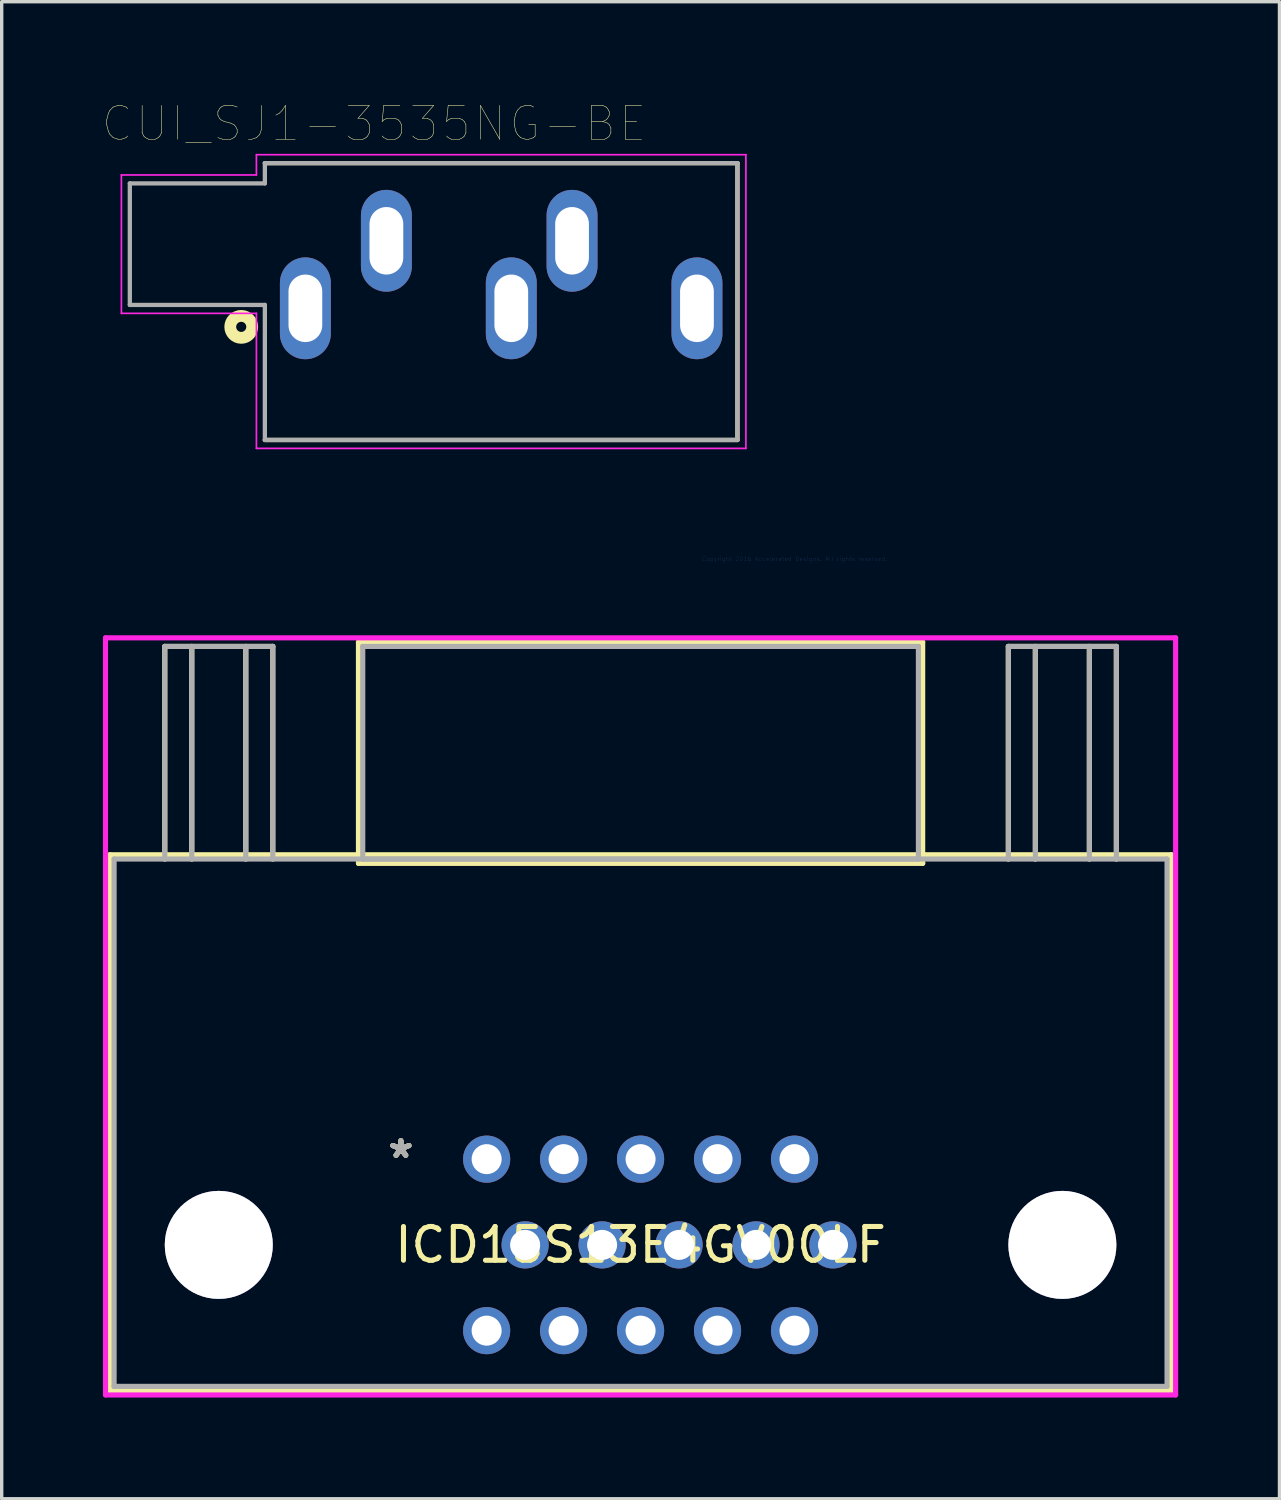
<source format=kicad_pcb>
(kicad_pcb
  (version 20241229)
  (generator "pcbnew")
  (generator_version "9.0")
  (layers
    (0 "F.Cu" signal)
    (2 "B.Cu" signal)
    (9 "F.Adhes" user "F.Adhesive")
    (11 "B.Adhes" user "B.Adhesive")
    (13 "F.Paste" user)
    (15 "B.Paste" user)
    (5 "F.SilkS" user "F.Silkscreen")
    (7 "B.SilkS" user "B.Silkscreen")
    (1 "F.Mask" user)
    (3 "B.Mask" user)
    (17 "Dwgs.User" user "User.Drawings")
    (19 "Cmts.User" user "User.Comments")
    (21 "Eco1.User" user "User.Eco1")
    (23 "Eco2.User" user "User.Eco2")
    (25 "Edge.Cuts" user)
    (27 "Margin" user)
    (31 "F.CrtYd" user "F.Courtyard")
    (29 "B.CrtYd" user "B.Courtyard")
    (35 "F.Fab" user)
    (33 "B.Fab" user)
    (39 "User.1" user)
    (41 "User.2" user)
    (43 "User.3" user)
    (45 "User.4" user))
  (footprint "CUI_SJ1-3535NG-BE"
    (layer "F.Cu")
    (at 5.996 6.083)
    (property "Reference" "CUI_SJ1-3535NG-BE" (at 2.036 -5.471 0) (layer "F.SilkS") (effects (font (size 1.002 1.002) (thickness 0.015))))
    (attr through_hole)
    (fp_line (start -1.2 -4.3) (end 12.8 -4.3) (stroke (width 0.127) (type solid)) (layer "F.SilkS"))
    (fp_line (start 12.8 -4.3) (end 12.8 3.9) (stroke (width 0.127) (type solid)) (layer "F.SilkS"))
    (fp_line (start 12.8 3.9) (end -1.2 3.9) (stroke (width 0.127) (type solid)) (layer "F.SilkS"))
    (fp_circle (center -1.9 0.55) (end -1.75 0.55) (stroke (width 0.35) (type solid)) (fill no) (layer "F.SilkS"))
    (fp_line (start -5.45 -3.95) (end -1.45 -3.95) (stroke (width 0.05) (type solid)) (layer "F.CrtYd"))
    (fp_line (start -5.45 0.15) (end -5.45 -3.95) (stroke (width 0.05) (type solid)) (layer "F.CrtYd"))
    (fp_line (start -1.45 -4.55) (end 13.05 -4.55) (stroke (width 0.05) (type solid)) (layer "F.CrtYd"))
    (fp_line (start -1.45 -3.95) (end -1.45 -4.55) (stroke (width 0.05) (type solid)) (layer "F.CrtYd"))
    (fp_line (start -1.45 0.15) (end -5.45 0.15) (stroke (width 0.05) (type solid)) (layer "F.CrtYd"))
    (fp_line (start -1.45 4.15) (end -1.45 0.15) (stroke (width 0.05) (type solid)) (layer "F.CrtYd"))
    (fp_line (start 13.05 -4.55) (end 13.05 4.15) (stroke (width 0.05) (type solid)) (layer "F.CrtYd"))
    (fp_line (start 13.05 4.15) (end -1.45 4.15) (stroke (width 0.05) (type solid)) (layer "F.CrtYd"))
    (fp_line (start -5.2 -3.7) (end -1.2 -3.7) (stroke (width 0.127) (type solid)) (layer "F.Fab"))
    (fp_line (start -5.2 -0.1) (end -5.2 -3.7) (stroke (width 0.127) (type solid)) (layer "F.Fab"))
    (fp_line (start -1.2 -4.3) (end 12.8 -4.3) (stroke (width 0.127) (type solid)) (layer "F.Fab"))
    (fp_line (start -1.2 -3.7) (end -1.2 -4.3) (stroke (width 0.127) (type solid)) (layer "F.Fab"))
    (fp_line (start -1.2 -0.1) (end -5.2 -0.1) (stroke (width 0.127) (type solid)) (layer "F.Fab"))
    (fp_line (start -1.2 3.9) (end -1.2 -0.1) (stroke (width 0.127) (type solid)) (layer "F.Fab"))
    (fp_line (start 12.8 -4.3) (end 12.8 3.9) (stroke (width 0.127) (type solid)) (layer "F.Fab"))
    (fp_line (start 12.8 3.9) (end -1.2 3.9) (stroke (width 0.127) (type solid)) (layer "F.Fab"))
    (pad "1" thru_hole oval (at 0 0) (size 1.508 3.016) (drill oval 1 2) (layers "*.Cu" "*.Mask"))
    (pad "2" thru_hole oval (at 2.4 -2) (size 1.508 3.016) (drill oval 1 2) (layers "*.Cu" "*.Mask"))
    (pad "3" thru_hole oval (at 7.9 -2) (size 1.508 3.016) (drill oval 1 2) (layers "*.Cu" "*.Mask"))
    (pad "4" thru_hole oval (at 11.6 0) (size 1.508 3.016) (drill oval 1 2) (layers "*.Cu" "*.Mask"))
    (pad "5" thru_hole oval (at 6.1 0) (size 1.508 3.016) (drill oval 1 2) (layers "*.Cu" "*.Mask")))
  (footprint "ICD15S13E4GV00LF"
    (layer "F.Cu")
    (at 20.486 13.508)
    (property "Reference" "ICD15S13E4GV00LF" (at -4.56 20.32 0) (layer "F.SilkS") (effects (font (size 1 1) (thickness 0.15))))
    (attr through_hole)
    (fp_line (start -20.283 8.763) (end -20.283 24.638) (stroke (width 0.152) (type solid)) (layer "F.SilkS"))
    (fp_line (start -20.283 24.638) (end 11.163 24.638) (stroke (width 0.152) (type solid)) (layer "F.SilkS"))
    (fp_line (start -18.655 2.591) (end -15.455 2.591) (stroke (width 0.152) (type solid)) (layer "F.SilkS"))
    (fp_line (start -18.655 8.89) (end -18.655 2.591) (stroke (width 0.152) (type solid)) (layer "F.SilkS"))
    (fp_line (start -17.855 8.89) (end -17.855 2.591) (stroke (width 0.152) (type solid)) (layer "F.SilkS"))
    (fp_line (start -16.255 2.591) (end -16.255 8.89) (stroke (width 0.152) (type solid)) (layer "F.SilkS"))
    (fp_line (start -15.455 2.591) (end -15.455 8.89) (stroke (width 0.152) (type solid)) (layer "F.SilkS"))
    (fp_line (start -12.917 2.464) (end -12.917 9.017) (stroke (width 0.152) (type solid)) (layer "F.SilkS"))
    (fp_line (start -12.917 9.017) (end 3.797 9.017) (stroke (width 0.152) (type solid)) (layer "F.SilkS"))
    (fp_line (start 3.797 2.464) (end -12.917 2.464) (stroke (width 0.152) (type solid)) (layer "F.SilkS"))
    (fp_line (start 3.797 9.017) (end 3.797 2.464) (stroke (width 0.152) (type solid)) (layer "F.SilkS"))
    (fp_line (start 6.335 2.591) (end 9.535 2.591) (stroke (width 0.152) (type solid)) (layer "F.SilkS"))
    (fp_line (start 6.335 8.89) (end 6.335 2.591) (stroke (width 0.152) (type solid)) (layer "F.SilkS"))
    (fp_line (start 7.135 8.89) (end 7.135 2.591) (stroke (width 0.152) (type solid)) (layer "F.SilkS"))
    (fp_line (start 8.735 2.591) (end 8.735 8.89) (stroke (width 0.152) (type solid)) (layer "F.SilkS"))
    (fp_line (start 9.535 2.591) (end 9.535 8.89) (stroke (width 0.152) (type solid)) (layer "F.SilkS"))
    (fp_line (start 11.163 8.763) (end -20.283 8.763) (stroke (width 0.152) (type solid)) (layer "F.SilkS"))
    (fp_line (start 11.163 24.638) (end 11.163 8.763) (stroke (width 0.152) (type solid)) (layer "F.SilkS"))
    (fp_line (start -20.41 2.337) (end -20.41 24.765) (stroke (width 0.152) (type solid)) (layer "F.CrtYd"))
    (fp_line (start -20.41 24.765) (end 11.29 24.765) (stroke (width 0.152) (type solid)) (layer "F.CrtYd"))
    (fp_line (start 11.29 2.337) (end -20.41 2.337) (stroke (width 0.152) (type solid)) (layer "F.CrtYd"))
    (fp_line (start 11.29 24.765) (end 11.29 2.337) (stroke (width 0.152) (type solid)) (layer "F.CrtYd"))
    (fp_line (start -20.156 8.89) (end -20.156 24.511) (stroke (width 0.152) (type solid)) (layer "F.Fab"))
    (fp_line (start -20.156 24.511) (end 11.036 24.511) (stroke (width 0.152) (type solid)) (layer "F.Fab"))
    (fp_line (start -18.655 2.591) (end -15.455 2.591) (stroke (width 0.152) (type solid)) (layer "F.Fab"))
    (fp_line (start -18.655 8.89) (end -18.655 2.591) (stroke (width 0.152) (type solid)) (layer "F.Fab"))
    (fp_line (start -17.855 8.89) (end -17.855 2.591) (stroke (width 0.152) (type solid)) (layer "F.Fab"))
    (fp_line (start -16.255 2.591) (end -16.255 8.89) (stroke (width 0.152) (type solid)) (layer "F.Fab"))
    (fp_line (start -15.455 2.591) (end -15.455 8.89) (stroke (width 0.152) (type solid)) (layer "F.Fab"))
    (fp_line (start -12.79 2.591) (end -12.79 8.89) (stroke (width 0.152) (type solid)) (layer "F.Fab"))
    (fp_line (start -12.79 8.89) (end 3.67 8.89) (stroke (width 0.152) (type solid)) (layer "F.Fab"))
    (fp_line (start 3.67 2.591) (end -12.79 2.591) (stroke (width 0.152) (type solid)) (layer "F.Fab"))
    (fp_line (start 3.67 8.89) (end 3.67 2.591) (stroke (width 0.152) (type solid)) (layer "F.Fab"))
    (fp_line (start 6.335 2.591) (end 9.535 2.591) (stroke (width 0.152) (type solid)) (layer "F.Fab"))
    (fp_line (start 6.335 8.89) (end 6.335 2.591) (stroke (width 0.152) (type solid)) (layer "F.Fab"))
    (fp_line (start 7.135 8.89) (end 7.135 2.591) (stroke (width 0.152) (type solid)) (layer "F.Fab"))
    (fp_line (start 8.735 2.591) (end 8.735 8.89) (stroke (width 0.152) (type solid)) (layer "F.Fab"))
    (fp_line (start 9.535 2.591) (end 9.535 8.89) (stroke (width 0.152) (type solid)) (layer "F.Fab"))
    (fp_line (start 11.036 8.89) (end -20.156 8.89) (stroke (width 0.152) (type solid)) (layer "F.Fab"))
    (fp_line (start 11.036 24.511) (end 11.036 8.89) (stroke (width 0.152) (type solid)) (layer "F.Fab"))
    (fp_text user "*" (at -11.66 17.78 0) (layer "F.SilkS") (effects (font (size 1 1) (thickness 0.15))))
    (fp_text user "*" (at -11.66 17.78 0) (layer "F.SilkS") (effects (font (size 1 1) (thickness 0.15))))
    (fp_text user "Copyright 2016 Accelerated Designs. All rights reserved." (at 0 0 0) (layer "Cmts.User") (effects (font (size 0.127 0.127) (thickness 0.002))))
    (fp_text user "*" (at -11.66 17.78 0) (layer "F.Fab") (effects (font (size 1 1) (thickness 0.15))))
    (fp_text user "*" (at -11.66 17.78 0) (layer "F.Fab") (effects (font (size 1 1) (thickness 0.15))))
    (pad "1" thru_hole circle (at -0.000003 17.78) (size 1.397 1.397) (drill 0.889) (layers "*.Cu" "*.Mask"))
    (pad "2" thru_hole circle (at -2.28 17.78) (size 1.397 1.397) (drill 0.889) (layers "*.Cu" "*.Mask"))
    (pad "3" thru_hole circle (at -4.56 17.78) (size 1.397 1.397) (drill 0.889) (layers "*.Cu" "*.Mask"))
    (pad "4" thru_hole circle (at -6.84 17.78) (size 1.397 1.397) (drill 0.889) (layers "*.Cu" "*.Mask"))
    (pad "5" thru_hole circle (at -9.12 17.78) (size 1.397 1.397) (drill 0.889) (layers "*.Cu" "*.Mask"))
    (pad "6" thru_hole circle (at 1.14 20.32) (size 1.397 1.397) (drill 0.889) (layers "*.Cu" "*.Mask"))
    (pad "7" thru_hole circle (at -1.14 20.32) (size 1.397 1.397) (drill 0.889) (layers "*.Cu" "*.Mask"))
    (pad "8" thru_hole circle (at -3.42 20.32) (size 1.397 1.397) (drill 0.889) (layers "*.Cu" "*.Mask"))
    (pad "9" thru_hole circle (at -5.7 20.32) (size 1.397 1.397) (drill 0.889) (layers "*.Cu" "*.Mask"))
    (pad "10" thru_hole circle (at -7.98 20.32) (size 1.397 1.397) (drill 0.889) (layers "*.Cu" "*.Mask"))
    (pad "11" thru_hole circle (at -0.000001 22.86) (size 1.397 1.397) (drill 0.889) (layers "*.Cu" "*.Mask"))
    (pad "12" thru_hole circle (at -2.28 22.86) (size 1.397 1.397) (drill 0.889) (layers "*.Cu" "*.Mask"))
    (pad "13" thru_hole circle (at -4.56 22.86) (size 1.397 1.397) (drill 0.889) (layers "*.Cu" "*.Mask"))
    (pad "14" thru_hole circle (at -6.84 22.86) (size 1.397 1.397) (drill 0.889) (layers "*.Cu" "*.Mask"))
    (pad "15" thru_hole circle (at -9.12 22.86) (size 1.397 1.397) (drill 0.889) (layers "*.Cu" "*.Mask"))
    (pad "16" thru_hole circle (at -17.055 20.32) (size 3.2 3.2) (drill 3.2) (layers "*.Cu" "*.Mask"))
    (pad "17" thru_hole circle (at 7.935 20.32) (size 3.2 3.2) (drill 3.2) (layers "*.Cu" "*.Mask")))
  (gr_rect
    (start -3 -3)
    (end 34.852 41.349)
    (stroke (width 0.1) (type default))
    (fill no)
    (layer "Edge.Cuts")))
</source>
